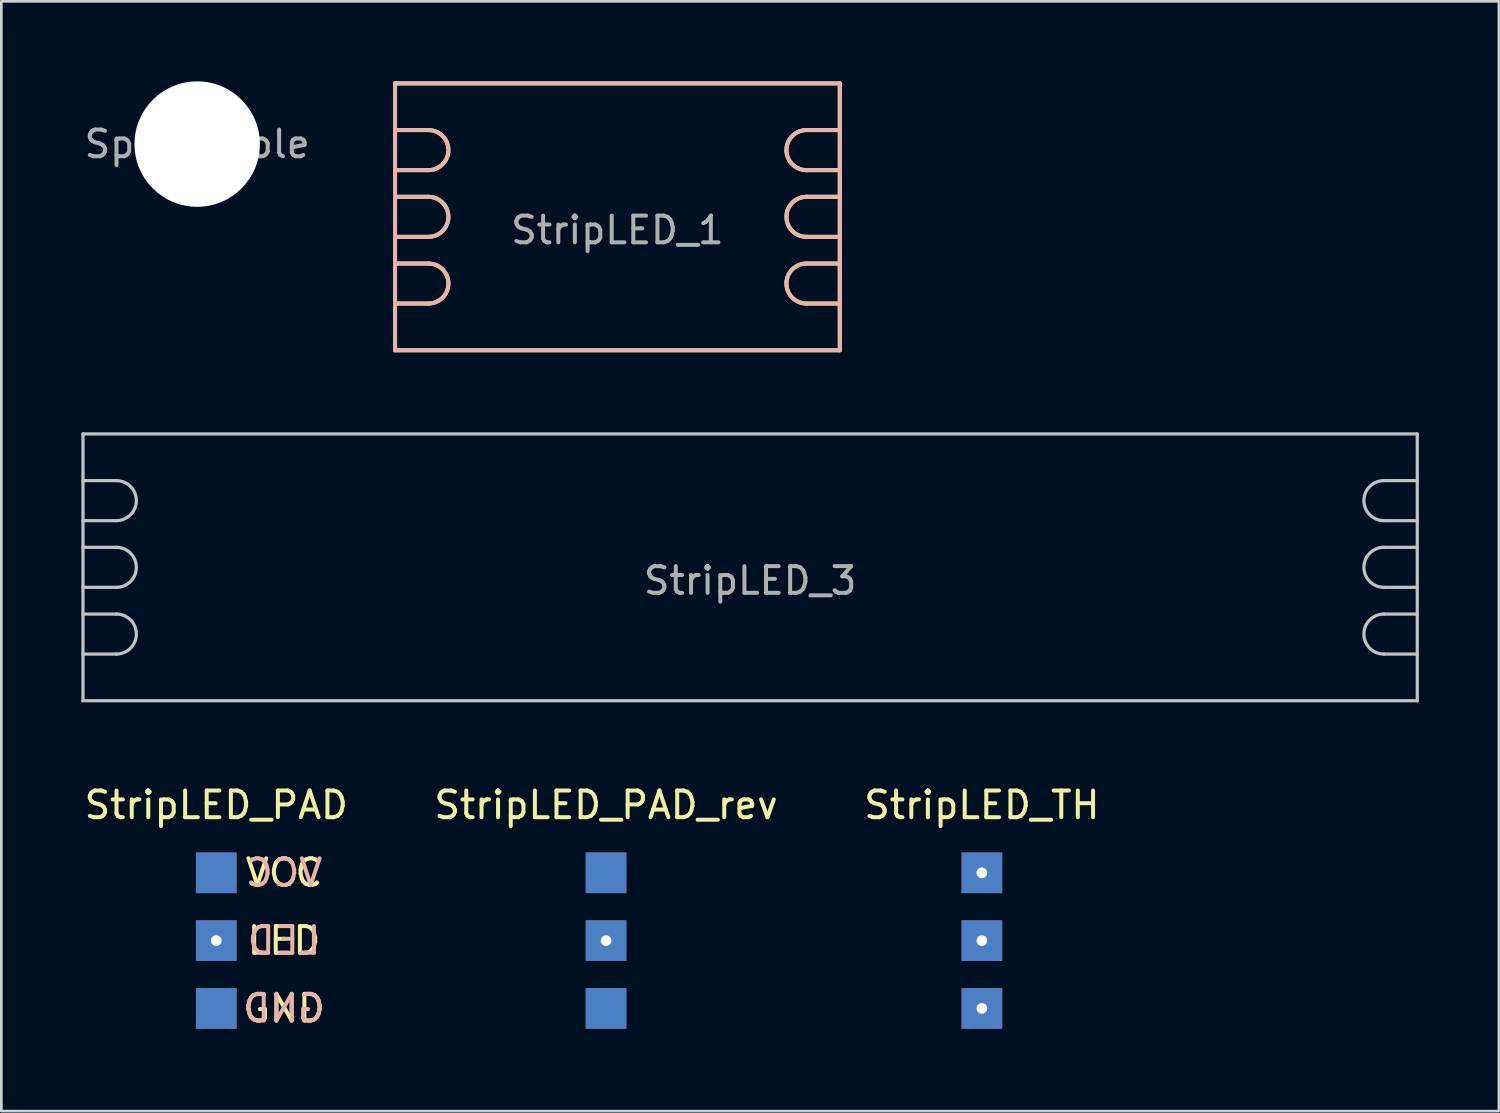
<source format=kicad_pcb>
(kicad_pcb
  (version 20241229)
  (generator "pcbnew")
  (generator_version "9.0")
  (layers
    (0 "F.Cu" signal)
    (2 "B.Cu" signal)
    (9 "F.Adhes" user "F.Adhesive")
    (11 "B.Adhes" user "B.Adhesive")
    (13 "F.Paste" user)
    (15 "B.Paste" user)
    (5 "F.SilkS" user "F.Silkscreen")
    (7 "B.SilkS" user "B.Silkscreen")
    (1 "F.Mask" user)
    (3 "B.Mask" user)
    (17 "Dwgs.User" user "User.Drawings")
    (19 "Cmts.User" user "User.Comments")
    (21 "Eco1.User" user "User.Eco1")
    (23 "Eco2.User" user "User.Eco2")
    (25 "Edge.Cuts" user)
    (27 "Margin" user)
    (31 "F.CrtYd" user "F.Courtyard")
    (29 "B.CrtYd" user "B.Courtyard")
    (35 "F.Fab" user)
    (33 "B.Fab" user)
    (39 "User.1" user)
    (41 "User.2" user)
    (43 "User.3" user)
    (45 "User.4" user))
  (footprint "SpacerHole"
    (layer "F.Cu")
    (at 4.339 2.35)
    (property "Reference" "SpacerHole" (at 0 0 0) (layer "F.Fab") (effects (font (size 1 1) (thickness 0.15))))
    (attr through_hole)
    (fp_circle (center 0 0) (end 2 0) (stroke (width 0.12) (type solid)) (fill no) (layer "Dwgs.User"))
    (pad "" np_thru_hole circle (at 0 0) (size 4.7 4.7) (drill 4.7) (layers "*.Cu" "*.Mask")))
  (footprint "StripLED_TH"
    (layer "F.Cu")
    (at 33.744 32.198)
    (property "Reference" "StripLED_TH" (at 0 -5.08 0) (layer "F.SilkS") (effects (font (size 1 1) (thickness 0.15))))
    (attr through_hole)
    (pad "1" thru_hole rect (at 0 -2.54) (size 1.524 1.524) (drill 0.4) (layers "*.Cu" "*.Mask"))
    (pad "2" thru_hole rect (at 0 0) (size 1.524 1.524) (drill 0.4) (layers "*.Cu" "*.Mask"))
    (pad "3" thru_hole rect (at 0 2.54) (size 1.524 1.524) (drill 0.4) (layers "*.Cu" "*.Mask")))
  (footprint "StripLED_PAD_rev"
    (layer "F.Cu")
    (at 19.661 29.658)
    (property "Reference" "StripLED_PAD_rev" (at 0 -2.54 0) (layer "F.SilkS") (effects (font (size 1 1) (thickness 0.15))))
    (attr through_hole)
    (pad "1" smd rect (at 0 0) (size 1.524 1.524) (layers "F.Cu" "F.Mask" "F.Paste"))
    (pad "1" smd rect (at 0 5.08) (size 1.524 1.524) (layers "B.Cu" "B.Mask" "B.Paste"))
    (pad "2" thru_hole rect (at 0 2.54) (size 1.524 1.524) (drill 0.4) (layers "*.Cu" "*.Mask"))
    (pad "3" smd rect (at 0 0) (size 1.524 1.524) (layers "B.Cu" "B.Mask" "B.Paste"))
    (pad "3" smd rect (at 0 5.08) (size 1.524 1.524) (layers "F.Cu" "F.Mask" "F.Paste")))
  (footprint "StripLED_PAD"
    (layer "F.Cu")
    (at 5.054 32.158)
    (property "Reference" "StripLED_PAD" (at 0 -5.04 0) (layer "F.SilkS") (effects (font (size 1 1) (thickness 0.15))))
    (attr through_hole)
    (fp_text user "LED" (at 2.54 0.04 0) (layer "F.SilkS") (effects (font (size 1 1) (thickness 0.15))))
    (fp_text user "GND" (at 2.54 2.58 0) (layer "F.SilkS") (effects (font (size 1 1) (thickness 0.15))))
    (fp_text user "VCC" (at 2.54 -2.5 0) (layer "F.SilkS") (effects (font (size 1 1) (thickness 0.15))))
    (fp_text user "LED" (at 2.54 0.04 0) (layer "B.SilkS") (effects (font (size 1 1) (thickness 0.15)) (justify mirror)))
    (fp_text user "VCC" (at 2.54 -2.5 0) (layer "B.SilkS") (effects (font (size 1 1) (thickness 0.15)) (justify mirror)))
    (fp_text user "GND" (at 2.54 2.58 0) (layer "B.SilkS") (effects (font (size 1 1) (thickness 0.15)) (justify mirror)))
    (pad "1" smd rect (at 0 -2.5) (size 1.524 1.524) (layers "B.Cu" "B.Mask" "B.Paste"))
    (pad "1" smd rect (at 0 2.58) (size 1.524 1.524) (layers "F.Cu" "F.Mask" "F.Paste"))
    (pad "2" thru_hole rect (at 0 0.04) (size 1.524 1.524) (drill 0.4) (layers "*.Cu" "*.Mask"))
    (pad "3" smd rect (at 0 -2.5) (size 1.524 1.524) (layers "F.Cu" "F.Mask" "F.Paste"))
    (pad "3" smd rect (at 0 2.58) (size 1.524 1.524) (layers "B.Cu" "B.Mask" "B.Paste")))
  (footprint "StripLED_1"
    (layer "F.Cu")
    (at 20.087 5.075)
    (property "Reference" "StripLED_1" (at 0 0.5 0) (layer "F.Fab") (effects (font (size 1 1) (thickness 0.15))))
    (attr through_hole)
    (fp_line (start -8.333 -5) (end 8.333 -5) (stroke (width 0.15) (type solid)) (layer "F.SilkS"))
    (fp_line (start -8.333 5) (end -8.333 -5) (stroke (width 0.15) (type solid)) (layer "F.SilkS"))
    (fp_line (start -8.333 -1.75) (end -7.083 -1.75) (stroke (width 0.15) (type solid)) (layer "F.SilkS"))
    (fp_line (start -8.333 0.75) (end -7.083 0.75) (stroke (width 0.15) (type solid)) (layer "F.SilkS"))
    (fp_line (start -8.333 3.25) (end -7.083 3.25) (stroke (width 0.15) (type solid)) (layer "F.SilkS"))
    (fp_line (start -7.083 -3.25) (end -8.333 -3.25) (stroke (width 0.15) (type solid)) (layer "F.SilkS"))
    (fp_line (start -7.083 -0.75) (end -8.333 -0.75) (stroke (width 0.15) (type solid)) (layer "F.SilkS"))
    (fp_line (start -7.083 1.75) (end -8.333 1.75) (stroke (width 0.15) (type solid)) (layer "F.SilkS"))
    (fp_line (start 7.083 -1.75) (end 8.333 -1.75) (stroke (width 0.15) (type solid)) (layer "F.SilkS"))
    (fp_line (start 7.083 0.75) (end 8.333 0.75) (stroke (width 0.15) (type solid)) (layer "F.SilkS"))
    (fp_line (start 7.083 3.25) (end 8.333 3.25) (stroke (width 0.15) (type solid)) (layer "F.SilkS"))
    (fp_line (start 8.333 -3.25) (end 7.083 -3.25) (stroke (width 0.15) (type solid)) (layer "F.SilkS"))
    (fp_line (start 8.333 -0.75) (end 7.083 -0.75) (stroke (width 0.15) (type solid)) (layer "F.SilkS"))
    (fp_line (start 8.333 1.75) (end 7.083 1.75) (stroke (width 0.15) (type solid)) (layer "F.SilkS"))
    (fp_line (start 8.333 -5) (end 8.333 5) (stroke (width 0.15) (type solid)) (layer "F.SilkS"))
    (fp_line (start 8.333 5) (end -8.333 5) (stroke (width 0.15) (type solid)) (layer "F.SilkS"))
    (fp_arc (start -7.08334 -3.25) (mid -6.33334 -2.5) (end -7.08334 -1.75) (stroke (width 0.15) (type solid)) (layer "F.SilkS"))
    (fp_arc (start -7.08334 -0.75) (mid -6.33334 0) (end -7.08334 0.75) (stroke (width 0.15) (type solid)) (layer "F.SilkS"))
    (fp_arc (start -7.08334 1.75) (mid -6.33334 2.5) (end -7.08334 3.25) (stroke (width 0.15) (type solid)) (layer "F.SilkS"))
    (fp_arc (start 7.08334 -1.75) (mid 6.33334 -2.5) (end 7.08334 -3.25) (stroke (width 0.15) (type solid)) (layer "F.SilkS"))
    (fp_arc (start 7.08334 0.75) (mid 6.33334 0) (end 7.08334 -0.75) (stroke (width 0.15) (type solid)) (layer "F.SilkS"))
    (fp_arc (start 7.08334 3.25) (mid 6.33334 2.5) (end 7.08334 1.75) (stroke (width 0.15) (type solid)) (layer "F.SilkS"))
    (fp_line (start -8.333 -5) (end -8.333 5) (stroke (width 0.15) (type solid)) (layer "B.SilkS"))
    (fp_line (start -8.333 5) (end 8.333 5) (stroke (width 0.15) (type solid)) (layer "B.SilkS"))
    (fp_line (start -8.333 -3.25) (end -7.083 -3.25) (stroke (width 0.15) (type solid)) (layer "B.SilkS"))
    (fp_line (start -8.333 -0.75) (end -7.083 -0.75) (stroke (width 0.15) (type solid)) (layer "B.SilkS"))
    (fp_line (start -8.333 1.75) (end -7.083 1.75) (stroke (width 0.15) (type solid)) (layer "B.SilkS"))
    (fp_line (start -7.083 -1.75) (end -8.333 -1.75) (stroke (width 0.15) (type solid)) (layer "B.SilkS"))
    (fp_line (start -7.083 0.75) (end -8.333 0.75) (stroke (width 0.15) (type solid)) (layer "B.SilkS"))
    (fp_line (start -7.083 3.25) (end -8.333 3.25) (stroke (width 0.15) (type solid)) (layer "B.SilkS"))
    (fp_line (start 7.083 -3.25) (end 8.333 -3.25) (stroke (width 0.15) (type solid)) (layer "B.SilkS"))
    (fp_line (start 7.083 -0.75) (end 8.333 -0.75) (stroke (width 0.15) (type solid)) (layer "B.SilkS"))
    (fp_line (start 7.083 1.75) (end 8.333 1.75) (stroke (width 0.15) (type solid)) (layer "B.SilkS"))
    (fp_line (start 8.333 -1.75) (end 7.083 -1.75) (stroke (width 0.15) (type solid)) (layer "B.SilkS"))
    (fp_line (start 8.333 0.75) (end 7.083 0.75) (stroke (width 0.15) (type solid)) (layer "B.SilkS"))
    (fp_line (start 8.333 3.25) (end 7.083 3.25) (stroke (width 0.15) (type solid)) (layer "B.SilkS"))
    (fp_line (start 8.333 -5) (end -8.333 -5) (stroke (width 0.15) (type solid)) (layer "B.SilkS"))
    (fp_line (start 8.333 5) (end 8.333 -5) (stroke (width 0.15) (type solid)) (layer "B.SilkS"))
    (fp_arc (start -7.08334 -3.25) (mid -6.33334 -2.5) (end -7.08334 -1.75) (stroke (width 0.15) (type solid)) (layer "B.SilkS"))
    (fp_arc (start -7.08334 -0.75) (mid -6.33334 0) (end -7.08334 0.75) (stroke (width 0.15) (type solid)) (layer "B.SilkS"))
    (fp_arc (start -7.08334 1.75) (mid -6.33334 2.5) (end -7.08334 3.25) (stroke (width 0.15) (type solid)) (layer "B.SilkS"))
    (fp_arc (start 7.08334 -1.75) (mid 6.33334 -2.5) (end 7.08334 -3.25) (stroke (width 0.15) (type solid)) (layer "B.SilkS"))
    (fp_arc (start 7.08334 0.75) (mid 6.33334 0) (end 7.08334 -0.75) (stroke (width 0.15) (type solid)) (layer "B.SilkS"))
    (fp_arc (start 7.08334 3.25) (mid 6.33334 2.5) (end 7.08334 1.75) (stroke (width 0.15) (type solid)) (layer "B.SilkS")))
  (footprint "StripLED_3"
    (layer "F.Cu")
    (at 25.06 18.21)
    (property "Reference" "StripLED_3" (at 0 0.5 0) (layer "F.Fab") (effects (font (size 1 1) (thickness 0.15))))
    (attr through_hole)
    (fp_line (start -25 -5) (end 25 -5) (stroke (width 0.12) (type solid)) (layer "Dwgs.User"))
    (fp_line (start -25 -1.75) (end -23.75 -1.75) (stroke (width 0.12) (type solid)) (layer "Dwgs.User"))
    (fp_line (start -25 0.75) (end -23.75 0.75) (stroke (width 0.12) (type solid)) (layer "Dwgs.User"))
    (fp_line (start -25 3.25) (end -23.75 3.25) (stroke (width 0.12) (type solid)) (layer "Dwgs.User"))
    (fp_line (start -25 5) (end -25 -5) (stroke (width 0.12) (type solid)) (layer "Dwgs.User"))
    (fp_line (start -23.75 -3.25) (end -25 -3.25) (stroke (width 0.12) (type solid)) (layer "Dwgs.User"))
    (fp_line (start -23.75 -0.75) (end -25 -0.75) (stroke (width 0.12) (type solid)) (layer "Dwgs.User"))
    (fp_line (start -23.75 1.75) (end -25 1.75) (stroke (width 0.12) (type solid)) (layer "Dwgs.User"))
    (fp_line (start 23.75 -1.75) (end 25 -1.75) (stroke (width 0.12) (type solid)) (layer "Dwgs.User"))
    (fp_line (start 23.75 0.75) (end 25 0.75) (stroke (width 0.12) (type solid)) (layer "Dwgs.User"))
    (fp_line (start 23.75 3.25) (end 25 3.25) (stroke (width 0.12) (type solid)) (layer "Dwgs.User"))
    (fp_line (start 25 -5) (end 25 5) (stroke (width 0.12) (type solid)) (layer "Dwgs.User"))
    (fp_line (start 25 -3.25) (end 23.75 -3.25) (stroke (width 0.12) (type solid)) (layer "Dwgs.User"))
    (fp_line (start 25 -0.75) (end 23.75 -0.75) (stroke (width 0.12) (type solid)) (layer "Dwgs.User"))
    (fp_line (start 25 1.75) (end 23.75 1.75) (stroke (width 0.12) (type solid)) (layer "Dwgs.User"))
    (fp_line (start 25 5) (end -25 5) (stroke (width 0.12) (type solid)) (layer "Dwgs.User"))
    (fp_arc (start -23.75 -3.25) (mid -23 -2.5) (end -23.75 -1.75) (stroke (width 0.12) (type solid)) (layer "Dwgs.User"))
    (fp_arc (start -23.75 -0.75) (mid -23 0) (end -23.75 0.75) (stroke (width 0.12) (type solid)) (layer "Dwgs.User"))
    (fp_arc (start -23.75 1.75) (mid -23 2.5) (end -23.75 3.25) (stroke (width 0.12) (type solid)) (layer "Dwgs.User"))
    (fp_arc (start 23.75 -1.75) (mid 23 -2.5) (end 23.75 -3.25) (stroke (width 0.12) (type solid)) (layer "Dwgs.User"))
    (fp_arc (start 23.75 0.75) (mid 23 0) (end 23.75 -0.75) (stroke (width 0.12) (type solid)) (layer "Dwgs.User"))
    (fp_arc (start 23.75 3.25) (mid 23 2.5) (end 23.75 1.75) (stroke (width 0.12) (type solid)) (layer "Dwgs.User")))
  (gr_rect
    (start -3 -3)
    (end 53.12 38.587)
    (stroke (width 0.1) (type default))
    (fill no)
    (layer "Edge.Cuts")))
</source>
